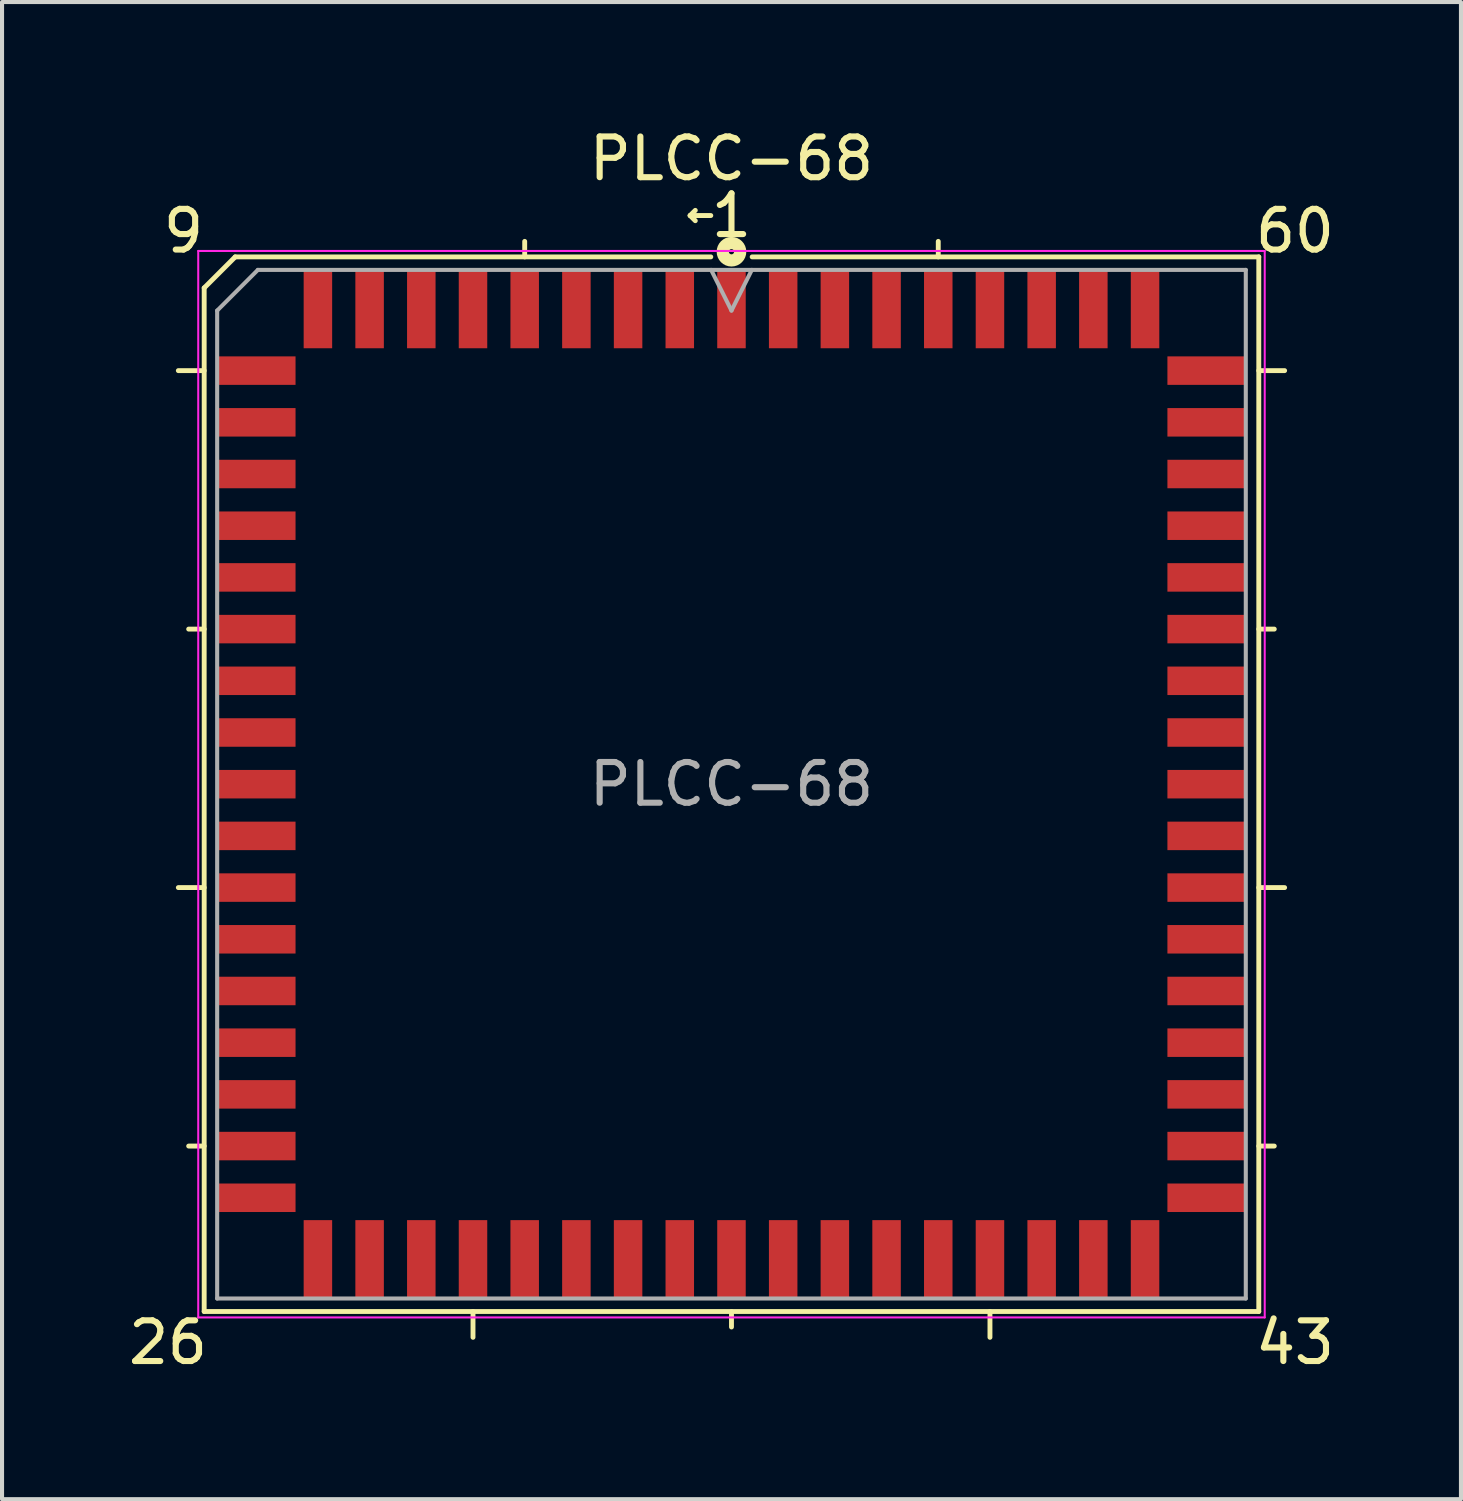
<source format=kicad_pcb>
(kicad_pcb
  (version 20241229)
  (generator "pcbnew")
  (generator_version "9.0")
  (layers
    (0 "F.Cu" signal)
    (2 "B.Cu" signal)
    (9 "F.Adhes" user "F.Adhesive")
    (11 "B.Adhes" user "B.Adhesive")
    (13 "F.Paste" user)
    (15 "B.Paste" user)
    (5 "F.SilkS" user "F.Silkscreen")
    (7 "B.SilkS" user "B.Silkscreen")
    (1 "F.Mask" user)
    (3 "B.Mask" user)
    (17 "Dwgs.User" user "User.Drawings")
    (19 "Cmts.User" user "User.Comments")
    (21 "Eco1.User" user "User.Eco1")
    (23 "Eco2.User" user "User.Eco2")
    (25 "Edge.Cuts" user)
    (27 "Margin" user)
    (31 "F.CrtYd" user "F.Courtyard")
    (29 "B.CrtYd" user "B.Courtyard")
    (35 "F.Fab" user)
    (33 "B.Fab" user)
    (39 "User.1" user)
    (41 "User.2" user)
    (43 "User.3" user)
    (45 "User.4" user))
  (footprint "PLCC-68"
    (layer "F.Cu")
    (at 14.92 16.215)
    (property "Reference" "PLCC-68" (at 0 -15.367 0) (layer "F.SilkS") (effects (font (size 1 1) (thickness 0.15))))
    (attr smd)
    (fp_line (start -12.954 -12.192) (end -12.954 12.954) (stroke (width 0.12) (type solid)) (layer "F.SilkS"))
    (fp_line (start -12.954 -10.16) (end -13.589 -10.16) (stroke (width 0.12) (type solid)) (layer "F.SilkS"))
    (fp_line (start -12.954 -3.81) (end -13.335 -3.81) (stroke (width 0.12) (type solid)) (layer "F.SilkS"))
    (fp_line (start -12.954 2.54) (end -13.589 2.54) (stroke (width 0.12) (type solid)) (layer "F.SilkS"))
    (fp_line (start -12.954 8.89) (end -13.335 8.89) (stroke (width 0.12) (type solid)) (layer "F.SilkS"))
    (fp_line (start -12.954 12.954) (end 12.954 12.954) (stroke (width 0.12) (type solid)) (layer "F.SilkS"))
    (fp_line (start -12.192 -12.954) (end -12.954 -12.192) (stroke (width 0.12) (type solid)) (layer "F.SilkS"))
    (fp_line (start -6.35 12.954) (end -6.35 13.589) (stroke (width 0.12) (type solid)) (layer "F.SilkS"))
    (fp_line (start -5.08 -12.954) (end -5.08 -13.335) (stroke (width 0.12) (type solid)) (layer "F.SilkS"))
    (fp_line (start -1.016 -13.97) (end -0.889 -14.097) (stroke (width 0.12) (type solid)) (layer "F.SilkS"))
    (fp_line (start -1.016 -13.97) (end -0.889 -13.843) (stroke (width 0.12) (type solid)) (layer "F.SilkS"))
    (fp_line (start -0.508 -13.97) (end -1.016 -13.97) (stroke (width 0.12) (type solid)) (layer "F.SilkS"))
    (fp_line (start -0.508 -12.954) (end -12.192 -12.954) (stroke (width 0.12) (type solid)) (layer "F.SilkS"))
    (fp_line (start 0 12.954) (end 0 13.335) (stroke (width 0.12) (type solid)) (layer "F.SilkS"))
    (fp_line (start 5.08 -12.954) (end 5.08 -13.335) (stroke (width 0.12) (type solid)) (layer "F.SilkS"))
    (fp_line (start 6.35 12.954) (end 6.35 13.589) (stroke (width 0.12) (type solid)) (layer "F.SilkS"))
    (fp_line (start 12.954 -12.954) (end 0.508 -12.954) (stroke (width 0.12) (type solid)) (layer "F.SilkS"))
    (fp_line (start 12.954 -10.16) (end 13.589 -10.16) (stroke (width 0.12) (type solid)) (layer "F.SilkS"))
    (fp_line (start 12.954 -3.81) (end 13.335 -3.81) (stroke (width 0.12) (type solid)) (layer "F.SilkS"))
    (fp_line (start 12.954 2.54) (end 13.589 2.54) (stroke (width 0.12) (type solid)) (layer "F.SilkS"))
    (fp_line (start 12.954 8.89) (end 13.335 8.89) (stroke (width 0.12) (type solid)) (layer "F.SilkS"))
    (fp_line (start 12.954 12.954) (end 12.954 -12.954) (stroke (width 0.12) (type solid)) (layer "F.SilkS"))
    (fp_circle (center 0 -13.081) (end 0.064 -13.081) (stroke (width 0.3) (type solid)) (fill no) (layer "F.SilkS"))
    (fp_line (start -13.1 -13.1) (end -13.1 13.1) (stroke (width 0.05) (type solid)) (layer "F.CrtYd"))
    (fp_line (start -13.1 13.1) (end 13.1 13.1) (stroke (width 0.05) (type solid)) (layer "F.CrtYd"))
    (fp_line (start 13.1 -13.1) (end -13.1 -13.1) (stroke (width 0.05) (type solid)) (layer "F.CrtYd"))
    (fp_line (start 13.1 13.1) (end 13.1 -13.1) (stroke (width 0.05) (type solid)) (layer "F.CrtYd"))
    (fp_line (start -12.635 -11.635) (end -12.635 12.635) (stroke (width 0.1) (type solid)) (layer "F.Fab"))
    (fp_line (start -12.635 12.635) (end 12.635 12.635) (stroke (width 0.1) (type solid)) (layer "F.Fab"))
    (fp_line (start -11.635 -12.635) (end -12.635 -11.635) (stroke (width 0.1) (type solid)) (layer "F.Fab"))
    (fp_line (start -0.5 -12.635) (end 0 -11.635) (stroke (width 0.1) (type solid)) (layer "F.Fab"))
    (fp_line (start 0 -11.635) (end 0.5 -12.635) (stroke (width 0.1) (type solid)) (layer "F.Fab"))
    (fp_line (start 12.635 -12.635) (end -11.635 -12.635) (stroke (width 0.1) (type solid)) (layer "F.Fab"))
    (fp_line (start 12.635 12.635) (end 12.635 -12.635) (stroke (width 0.1) (type solid)) (layer "F.Fab"))
    (fp_text user "26" (at -13.843 13.716 0) (unlocked yes) (layer "F.SilkS") (effects (font (size 1 1) (thickness 0.15))))
    (fp_text user "1" (at 0 -13.97 0) (unlocked yes) (layer "F.SilkS") (effects (font (size 1 1) (thickness 0.15))))
    (fp_text user "43" (at 13.843 13.716 0) (unlocked yes) (layer "F.SilkS") (effects (font (size 1 1) (thickness 0.15))))
    (fp_text user "9" (at -13.462 -13.589 0) (unlocked yes) (layer "F.SilkS") (effects (font (size 1 1) (thickness 0.15))))
    (fp_text user "60" (at 13.843 -13.589 0) (unlocked yes) (layer "F.SilkS") (effects (font (size 1 1) (thickness 0.15))))
    (fp_text user "${REFERENCE}" (at 0 0 0) (layer "F.Fab") (effects (font (size 1 1) (thickness 0.15))))
    (pad "1" smd rect (at 0 -11.672) (size 0.7 1.925) (layers "F.Cu" "F.Mask" "F.Paste"))
    (pad "2" smd rect (at -1.27 -11.672) (size 0.7 1.925) (layers "F.Cu" "F.Mask" "F.Paste"))
    (pad "3" smd rect (at -2.54 -11.672) (size 0.7 1.925) (layers "F.Cu" "F.Mask" "F.Paste"))
    (pad "4" smd rect (at -3.81 -11.672) (size 0.7 1.925) (layers "F.Cu" "F.Mask" "F.Paste"))
    (pad "5" smd rect (at -5.08 -11.672) (size 0.7 1.925) (layers "F.Cu" "F.Mask" "F.Paste"))
    (pad "6" smd rect (at -6.35 -11.672) (size 0.7 1.925) (layers "F.Cu" "F.Mask" "F.Paste"))
    (pad "7" smd rect (at -7.62 -11.672) (size 0.7 1.925) (layers "F.Cu" "F.Mask" "F.Paste"))
    (pad "8" smd rect (at -8.89 -11.672) (size 0.7 1.925) (layers "F.Cu" "F.Mask" "F.Paste"))
    (pad "9" smd rect (at -10.16 -11.672) (size 0.7 1.925) (layers "F.Cu" "F.Mask" "F.Paste"))
    (pad "10" smd rect (at -11.672 -10.16) (size 1.925 0.7) (layers "F.Cu" "F.Mask" "F.Paste"))
    (pad "11" smd rect (at -11.672 -8.89) (size 1.925 0.7) (layers "F.Cu" "F.Mask" "F.Paste"))
    (pad "12" smd rect (at -11.672 -7.62) (size 1.925 0.7) (layers "F.Cu" "F.Mask" "F.Paste"))
    (pad "13" smd rect (at -11.672 -6.35) (size 1.925 0.7) (layers "F.Cu" "F.Mask" "F.Paste"))
    (pad "14" smd rect (at -11.672 -5.08) (size 1.925 0.7) (layers "F.Cu" "F.Mask" "F.Paste"))
    (pad "15" smd rect (at -11.672 -3.81) (size 1.925 0.7) (layers "F.Cu" "F.Mask" "F.Paste"))
    (pad "16" smd rect (at -11.672 -2.54) (size 1.925 0.7) (layers "F.Cu" "F.Mask" "F.Paste"))
    (pad "17" smd rect (at -11.672 -1.27) (size 1.925 0.7) (layers "F.Cu" "F.Mask" "F.Paste"))
    (pad "18" smd rect (at -11.672 0) (size 1.925 0.7) (layers "F.Cu" "F.Mask" "F.Paste"))
    (pad "19" smd rect (at -11.672 1.27) (size 1.925 0.7) (layers "F.Cu" "F.Mask" "F.Paste"))
    (pad "20" smd rect (at -11.672 2.54) (size 1.925 0.7) (layers "F.Cu" "F.Mask" "F.Paste"))
    (pad "21" smd rect (at -11.672 3.81) (size 1.925 0.7) (layers "F.Cu" "F.Mask" "F.Paste"))
    (pad "22" smd rect (at -11.672 5.08) (size 1.925 0.7) (layers "F.Cu" "F.Mask" "F.Paste"))
    (pad "23" smd rect (at -11.672 6.35) (size 1.925 0.7) (layers "F.Cu" "F.Mask" "F.Paste"))
    (pad "24" smd rect (at -11.672 7.62) (size 1.925 0.7) (layers "F.Cu" "F.Mask" "F.Paste"))
    (pad "25" smd rect (at -11.672 8.89) (size 1.925 0.7) (layers "F.Cu" "F.Mask" "F.Paste"))
    (pad "26" smd rect (at -11.672 10.16) (size 1.925 0.7) (layers "F.Cu" "F.Mask" "F.Paste"))
    (pad "27" smd rect (at -10.16 11.672) (size 0.7 1.925) (layers "F.Cu" "F.Mask" "F.Paste"))
    (pad "28" smd rect (at -8.89 11.672) (size 0.7 1.925) (layers "F.Cu" "F.Mask" "F.Paste"))
    (pad "29" smd rect (at -7.62 11.672) (size 0.7 1.925) (layers "F.Cu" "F.Mask" "F.Paste"))
    (pad "30" smd rect (at -6.35 11.672) (size 0.7 1.925) (layers "F.Cu" "F.Mask" "F.Paste"))
    (pad "31" smd rect (at -5.08 11.672) (size 0.7 1.925) (layers "F.Cu" "F.Mask" "F.Paste"))
    (pad "32" smd rect (at -3.81 11.672) (size 0.7 1.925) (layers "F.Cu" "F.Mask" "F.Paste"))
    (pad "33" smd rect (at -2.54 11.672) (size 0.7 1.925) (layers "F.Cu" "F.Mask" "F.Paste"))
    (pad "34" smd rect (at -1.27 11.672) (size 0.7 1.925) (layers "F.Cu" "F.Mask" "F.Paste"))
    (pad "35" smd rect (at 0 11.672) (size 0.7 1.925) (layers "F.Cu" "F.Mask" "F.Paste"))
    (pad "36" smd rect (at 1.27 11.672) (size 0.7 1.925) (layers "F.Cu" "F.Mask" "F.Paste"))
    (pad "37" smd rect (at 2.54 11.672) (size 0.7 1.925) (layers "F.Cu" "F.Mask" "F.Paste"))
    (pad "38" smd rect (at 3.81 11.672) (size 0.7 1.925) (layers "F.Cu" "F.Mask" "F.Paste"))
    (pad "39" smd rect (at 5.08 11.672) (size 0.7 1.925) (layers "F.Cu" "F.Mask" "F.Paste"))
    (pad "40" smd rect (at 6.35 11.672) (size 0.7 1.925) (layers "F.Cu" "F.Mask" "F.Paste"))
    (pad "41" smd rect (at 7.62 11.672) (size 0.7 1.925) (layers "F.Cu" "F.Mask" "F.Paste"))
    (pad "42" smd rect (at 8.89 11.672) (size 0.7 1.925) (layers "F.Cu" "F.Mask" "F.Paste"))
    (pad "43" smd rect (at 10.16 11.672) (size 0.7 1.925) (layers "F.Cu" "F.Mask" "F.Paste"))
    (pad "44" smd rect (at 11.672 10.16) (size 1.925 0.7) (layers "F.Cu" "F.Mask" "F.Paste"))
    (pad "45" smd rect (at 11.672 8.89) (size 1.925 0.7) (layers "F.Cu" "F.Mask" "F.Paste"))
    (pad "46" smd rect (at 11.672 7.62) (size 1.925 0.7) (layers "F.Cu" "F.Mask" "F.Paste"))
    (pad "47" smd rect (at 11.672 6.35) (size 1.925 0.7) (layers "F.Cu" "F.Mask" "F.Paste"))
    (pad "48" smd rect (at 11.672 5.08) (size 1.925 0.7) (layers "F.Cu" "F.Mask" "F.Paste"))
    (pad "49" smd rect (at 11.672 3.81) (size 1.925 0.7) (layers "F.Cu" "F.Mask" "F.Paste"))
    (pad "50" smd rect (at 11.672 2.54) (size 1.925 0.7) (layers "F.Cu" "F.Mask" "F.Paste"))
    (pad "51" smd rect (at 11.672 1.27) (size 1.925 0.7) (layers "F.Cu" "F.Mask" "F.Paste"))
    (pad "52" smd rect (at 11.672 0) (size 1.925 0.7) (layers "F.Cu" "F.Mask" "F.Paste"))
    (pad "53" smd rect (at 11.672 -1.27) (size 1.925 0.7) (layers "F.Cu" "F.Mask" "F.Paste"))
    (pad "54" smd rect (at 11.672 -2.54) (size 1.925 0.7) (layers "F.Cu" "F.Mask" "F.Paste"))
    (pad "55" smd rect (at 11.672 -3.81) (size 1.925 0.7) (layers "F.Cu" "F.Mask" "F.Paste"))
    (pad "56" smd rect (at 11.672 -5.08) (size 1.925 0.7) (layers "F.Cu" "F.Mask" "F.Paste"))
    (pad "57" smd rect (at 11.672 -6.35) (size 1.925 0.7) (layers "F.Cu" "F.Mask" "F.Paste"))
    (pad "58" smd rect (at 11.672 -7.62) (size 1.925 0.7) (layers "F.Cu" "F.Mask" "F.Paste"))
    (pad "59" smd rect (at 11.672 -8.89) (size 1.925 0.7) (layers "F.Cu" "F.Mask" "F.Paste"))
    (pad "60" smd rect (at 11.672 -10.16) (size 1.925 0.7) (layers "F.Cu" "F.Mask" "F.Paste"))
    (pad "61" smd rect (at 10.16 -11.672) (size 0.7 1.925) (layers "F.Cu" "F.Mask" "F.Paste"))
    (pad "62" smd rect (at 8.89 -11.672) (size 0.7 1.925) (layers "F.Cu" "F.Mask" "F.Paste"))
    (pad "63" smd rect (at 7.62 -11.672) (size 0.7 1.925) (layers "F.Cu" "F.Mask" "F.Paste"))
    (pad "64" smd rect (at 6.35 -11.672) (size 0.7 1.925) (layers "F.Cu" "F.Mask" "F.Paste"))
    (pad "65" smd rect (at 5.08 -11.672) (size 0.7 1.925) (layers "F.Cu" "F.Mask" "F.Paste"))
    (pad "66" smd rect (at 3.81 -11.672) (size 0.7 1.925) (layers "F.Cu" "F.Mask" "F.Paste"))
    (pad "67" smd rect (at 2.54 -11.672) (size 0.7 1.925) (layers "F.Cu" "F.Mask" "F.Paste"))
    (pad "68" smd rect (at 1.27 -11.672) (size 0.7 1.925) (layers "F.Cu" "F.Mask" "F.Paste")))
  (gr_rect
    (start -3 -3)
    (end 32.841 33.779)
    (stroke (width 0.1) (type default))
    (fill no)
    (layer "Edge.Cuts")))
</source>
